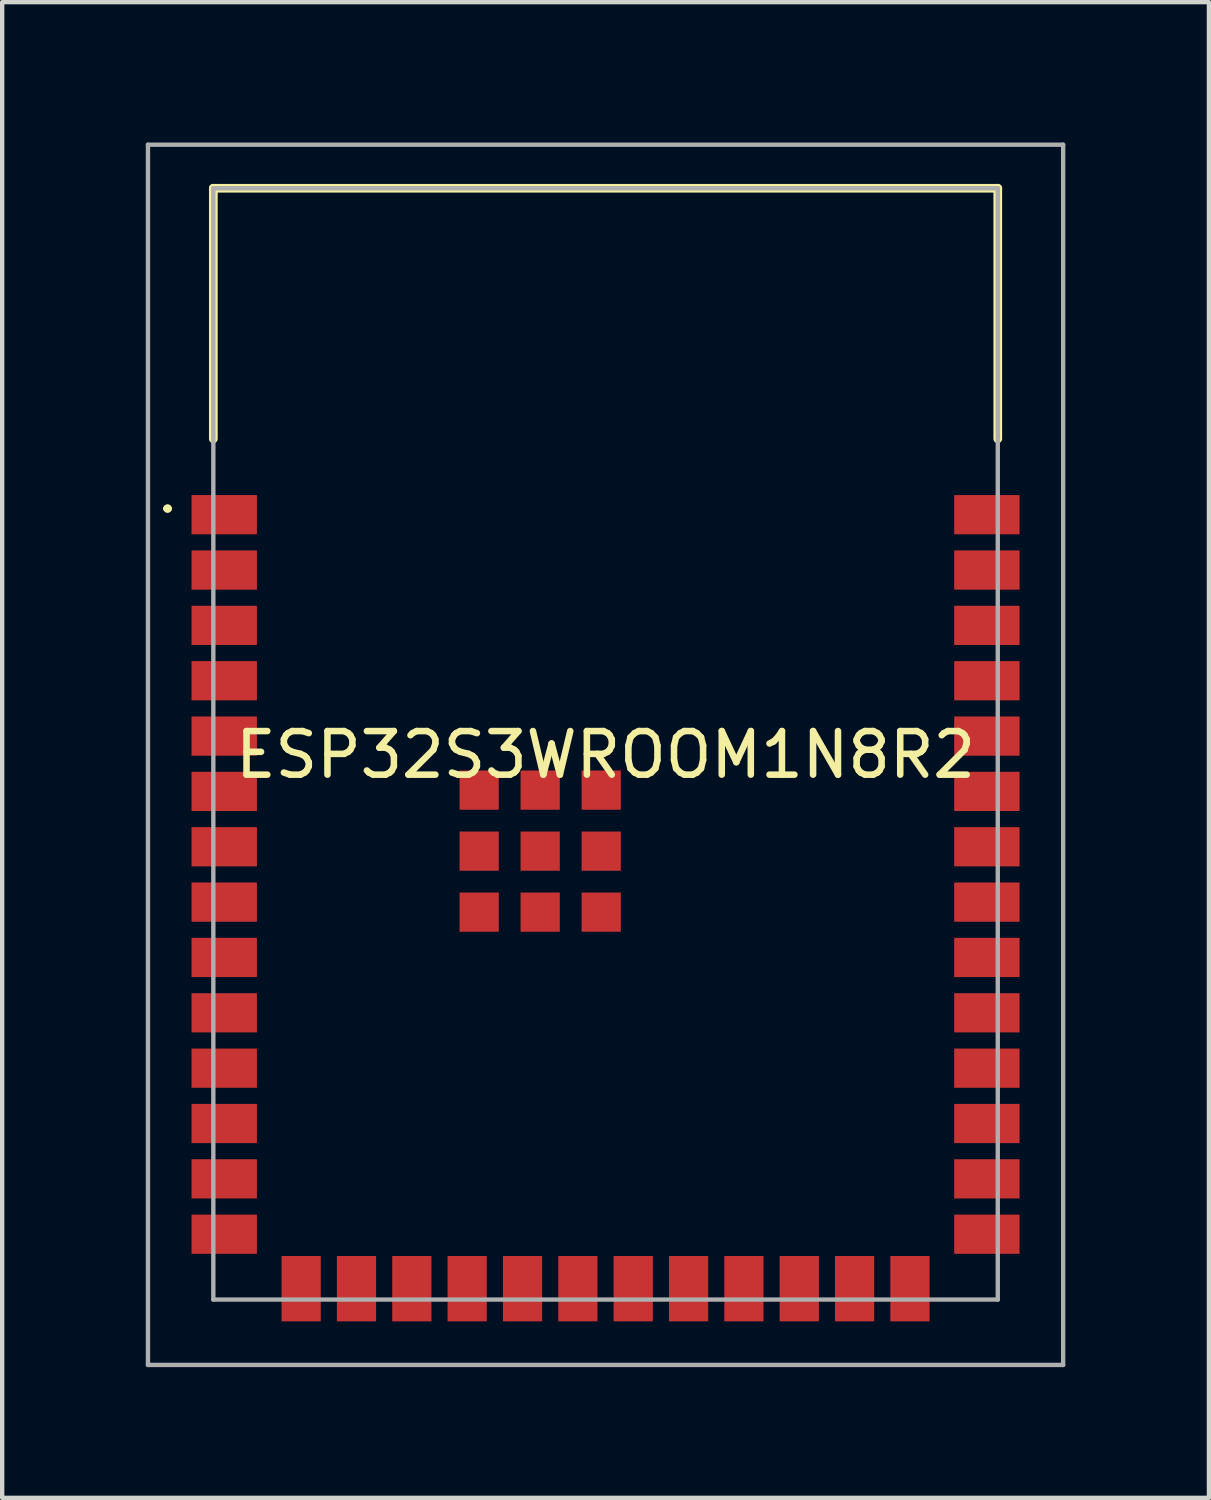
<source format=kicad_pcb>
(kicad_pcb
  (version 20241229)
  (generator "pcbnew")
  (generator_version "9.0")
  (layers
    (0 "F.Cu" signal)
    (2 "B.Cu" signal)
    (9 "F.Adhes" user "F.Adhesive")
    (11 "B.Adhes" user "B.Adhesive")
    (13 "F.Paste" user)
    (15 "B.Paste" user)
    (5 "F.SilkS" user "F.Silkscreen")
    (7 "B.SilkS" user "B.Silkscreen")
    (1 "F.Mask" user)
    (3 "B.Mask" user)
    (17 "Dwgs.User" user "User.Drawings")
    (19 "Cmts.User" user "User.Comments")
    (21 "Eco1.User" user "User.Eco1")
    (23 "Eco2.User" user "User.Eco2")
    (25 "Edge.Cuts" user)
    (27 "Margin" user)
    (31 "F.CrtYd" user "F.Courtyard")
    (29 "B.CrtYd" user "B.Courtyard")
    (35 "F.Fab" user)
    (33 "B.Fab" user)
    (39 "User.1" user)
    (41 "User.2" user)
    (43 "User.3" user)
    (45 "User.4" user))
  (footprint "ESP32S3WROOM1N8R2"
    (layer "F.Cu")
    (at 10.845 17.726)
    (property "Reference" "ESP32S3WROOM1N8R2" (at 0 -3.456 0) (layer "F.SilkS") (effects (font (size 1 1) (thickness 0.15))))
    (attr smd)
    (fp_line (start -10.1 -9.106) (end -10.1 -9.106) (stroke (width 0.1) (type solid)) (layer "F.SilkS"))
    (fp_line (start -10 -9.106) (end -10 -9.106) (stroke (width 0.1) (type solid)) (layer "F.SilkS"))
    (fp_line (start -9 -16.456) (end 9 -16.456) (stroke (width 0.2) (type solid)) (layer "F.SilkS"))
    (fp_line (start -9 -10.706) (end -9 -16.456) (stroke (width 0.2) (type solid)) (layer "F.SilkS"))
    (fp_line (start 9 -16.456) (end 9 -10.706) (stroke (width 0.2) (type solid)) (layer "F.SilkS"))
    (fp_arc (start -10.1 -9.1062) (mid -10.05 -9.1562) (end -10 -9.1062) (stroke (width 0.1) (type solid)) (layer "F.SilkS"))
    (fp_arc (start -10 -9.1062) (mid -10.05 -9.0562) (end -10.1 -9.1062) (stroke (width 0.1) (type solid)) (layer "F.SilkS"))
    (fp_line (start -10.795 -17.676) (end -10.795 -10.056) (stroke (width 0.1) (type default)) (layer "Margin"))
    (fp_line (start -10.795 -10.056) (end 10.795 -10.056) (stroke (width 0.1) (type default)) (layer "Margin"))
    (fp_line (start 10.795 -17.676) (end -10.795 -17.676) (stroke (width 0.1) (type default)) (layer "Margin"))
    (fp_line (start 10.795 -10.056) (end 10.795 -17.676) (stroke (width 0.1) (type default)) (layer "Margin"))
    (fp_line (start -10.5 -17.456) (end 10.5 -17.456) (stroke (width 0.1) (type solid)) (layer "F.Fab"))
    (fp_line (start -10.5 10.544) (end -10.5 -17.456) (stroke (width 0.1) (type solid)) (layer "F.Fab"))
    (fp_line (start -9 -16.456) (end 9 -16.456) (stroke (width 0.1) (type solid)) (layer "F.Fab"))
    (fp_line (start -9 9.044) (end -9 -16.456) (stroke (width 0.1) (type solid)) (layer "F.Fab"))
    (fp_line (start 9 -16.456) (end 9 9.044) (stroke (width 0.1) (type solid)) (layer "F.Fab"))
    (fp_line (start 9 9.044) (end -9 9.044) (stroke (width 0.1) (type solid)) (layer "F.Fab"))
    (fp_line (start 10.5 -17.456) (end 10.5 10.544) (stroke (width 0.1) (type solid)) (layer "F.Fab"))
    (fp_line (start 10.5 10.544) (end -10.5 10.544) (stroke (width 0.1) (type solid)) (layer "F.Fab"))
    (pad "1" smd rect (at -8.75 -8.966) (size 1.5 0.9) (layers "F.Cu" "F.Mask" "F.Paste"))
    (pad "2" smd rect (at -8.75 -7.696) (size 1.5 0.9) (layers "F.Cu" "F.Mask" "F.Paste"))
    (pad "3" smd rect (at -8.75 -6.426) (size 1.5 0.9) (layers "F.Cu" "F.Mask" "F.Paste"))
    (pad "4" smd rect (at -8.75 -5.156) (size 1.5 0.9) (layers "F.Cu" "F.Mask" "F.Paste"))
    (pad "5" smd rect (at -8.75 -3.886) (size 1.5 0.9) (layers "F.Cu" "F.Mask" "F.Paste"))
    (pad "6" smd rect (at -8.75 -2.616) (size 1.5 0.9) (layers "F.Cu" "F.Mask" "F.Paste"))
    (pad "7" smd rect (at -8.75 -1.346) (size 1.5 0.9) (layers "F.Cu" "F.Mask" "F.Paste"))
    (pad "8" smd rect (at -8.75 -0.076) (size 1.5 0.9) (layers "F.Cu" "F.Mask" "F.Paste"))
    (pad "9" smd rect (at -8.75 1.194) (size 1.5 0.9) (layers "F.Cu" "F.Mask" "F.Paste"))
    (pad "10" smd rect (at -8.75 2.464) (size 1.5 0.9) (layers "F.Cu" "F.Mask" "F.Paste"))
    (pad "11" smd rect (at -8.75 3.734) (size 1.5 0.9) (layers "F.Cu" "F.Mask" "F.Paste"))
    (pad "12" smd rect (at -8.75 5.004) (size 1.5 0.9) (layers "F.Cu" "F.Mask" "F.Paste"))
    (pad "13" smd rect (at -8.75 6.274) (size 1.5 0.9) (layers "F.Cu" "F.Mask" "F.Paste"))
    (pad "14" smd rect (at -8.75 7.544) (size 1.5 0.9) (layers "F.Cu" "F.Mask" "F.Paste"))
    (pad "15" smd rect (at -6.985 8.794) (size 0.9 1.5) (layers "F.Cu" "F.Mask" "F.Paste"))
    (pad "16" smd rect (at -5.715 8.794) (size 0.9 1.5) (layers "F.Cu" "F.Mask" "F.Paste"))
    (pad "17" smd rect (at -4.445 8.794) (size 0.9 1.5) (layers "F.Cu" "F.Mask" "F.Paste"))
    (pad "18" smd rect (at -3.175 8.794) (size 0.9 1.5) (layers "F.Cu" "F.Mask" "F.Paste"))
    (pad "19" smd rect (at -1.905 8.794) (size 0.9 1.5) (layers "F.Cu" "F.Mask" "F.Paste"))
    (pad "20" smd rect (at -0.635 8.794) (size 0.9 1.5) (layers "F.Cu" "F.Mask" "F.Paste"))
    (pad "21" smd rect (at 0.635 8.794) (size 0.9 1.5) (layers "F.Cu" "F.Mask" "F.Paste"))
    (pad "22" smd rect (at 1.905 8.794) (size 0.9 1.5) (layers "F.Cu" "F.Mask" "F.Paste"))
    (pad "23" smd rect (at 3.175 8.794) (size 0.9 1.5) (layers "F.Cu" "F.Mask" "F.Paste"))
    (pad "24" smd rect (at 4.445 8.794) (size 0.9 1.5) (layers "F.Cu" "F.Mask" "F.Paste"))
    (pad "25" smd rect (at 5.715 8.794) (size 0.9 1.5) (layers "F.Cu" "F.Mask" "F.Paste"))
    (pad "26" smd rect (at 6.985 8.794) (size 0.9 1.5) (layers "F.Cu" "F.Mask" "F.Paste"))
    (pad "27" smd rect (at 8.75 7.544) (size 1.5 0.9) (layers "F.Cu" "F.Mask" "F.Paste"))
    (pad "28" smd rect (at 8.75 6.274) (size 1.5 0.9) (layers "F.Cu" "F.Mask" "F.Paste"))
    (pad "29" smd rect (at 8.75 5.004) (size 1.5 0.9) (layers "F.Cu" "F.Mask" "F.Paste"))
    (pad "30" smd rect (at 8.75 3.734) (size 1.5 0.9) (layers "F.Cu" "F.Mask" "F.Paste"))
    (pad "31" smd rect (at 8.75 2.464) (size 1.5 0.9) (layers "F.Cu" "F.Mask" "F.Paste"))
    (pad "32" smd rect (at 8.75 1.194) (size 1.5 0.9) (layers "F.Cu" "F.Mask" "F.Paste"))
    (pad "33" smd rect (at 8.75 -0.076) (size 1.5 0.9) (layers "F.Cu" "F.Mask" "F.Paste"))
    (pad "34" smd rect (at 8.75 -1.346) (size 1.5 0.9) (layers "F.Cu" "F.Mask" "F.Paste"))
    (pad "35" smd rect (at 8.75 -2.616) (size 1.5 0.9) (layers "F.Cu" "F.Mask" "F.Paste"))
    (pad "36" smd rect (at 8.75 -3.886) (size 1.5 0.9) (layers "F.Cu" "F.Mask" "F.Paste"))
    (pad "37" smd rect (at 8.75 -5.156) (size 1.5 0.9) (layers "F.Cu" "F.Mask" "F.Paste"))
    (pad "38" smd rect (at 8.75 -6.426) (size 1.5 0.9) (layers "F.Cu" "F.Mask" "F.Paste"))
    (pad "39" smd rect (at 8.75 -7.696) (size 1.5 0.9) (layers "F.Cu" "F.Mask" "F.Paste"))
    (pad "40" smd rect (at 8.75 -8.966) (size 1.5 0.9) (layers "F.Cu" "F.Mask" "F.Paste"))
    (pad "41" smd rect (at -1.5 -1.246) (size 0.9 0.9) (layers "F.Cu" "F.Mask" "F.Paste"))
    (pad "42" smd rect (at -1.5 -2.646) (size 0.9 0.9) (layers "F.Cu" "F.Mask" "F.Paste"))
    (pad "43" smd rect (at -2.9 -2.646) (size 0.9 0.9) (layers "F.Cu" "F.Mask" "F.Paste"))
    (pad "44" smd rect (at -2.9 -1.246) (size 0.9 0.9) (layers "F.Cu" "F.Mask" "F.Paste"))
    (pad "45" smd rect (at -2.9 0.154) (size 0.9 0.9) (layers "F.Cu" "F.Mask" "F.Paste"))
    (pad "46" smd rect (at -1.5 0.154) (size 0.9 0.9) (layers "F.Cu" "F.Mask" "F.Paste"))
    (pad "47" smd rect (at -0.1 0.154) (size 0.9 0.9) (layers "F.Cu" "F.Mask" "F.Paste"))
    (pad "48" smd rect (at -0.1 -1.246) (size 0.9 0.9) (layers "F.Cu" "F.Mask" "F.Paste"))
    (pad "49" smd rect (at -0.1 -2.646) (size 0.9 0.9) (layers "F.Cu" "F.Mask" "F.Paste")))
  (gr_rect
    (start -3 -3)
    (end 24.69 31.32)
    (stroke (width 0.1) (type default))
    (fill no)
    (layer "Edge.Cuts")))
</source>
